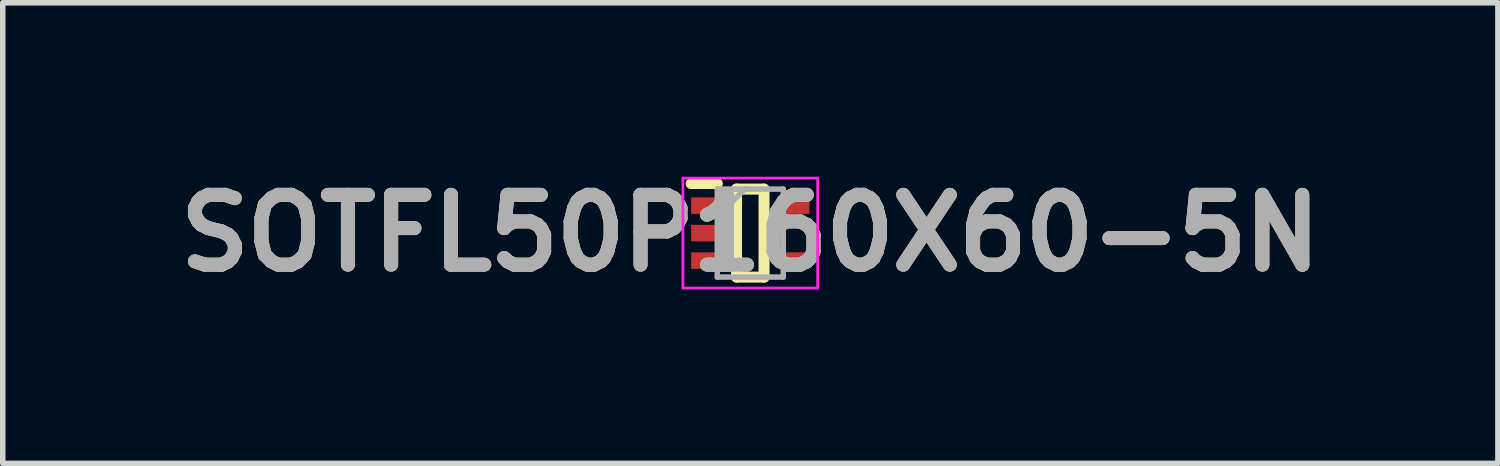
<source format=kicad_pcb>
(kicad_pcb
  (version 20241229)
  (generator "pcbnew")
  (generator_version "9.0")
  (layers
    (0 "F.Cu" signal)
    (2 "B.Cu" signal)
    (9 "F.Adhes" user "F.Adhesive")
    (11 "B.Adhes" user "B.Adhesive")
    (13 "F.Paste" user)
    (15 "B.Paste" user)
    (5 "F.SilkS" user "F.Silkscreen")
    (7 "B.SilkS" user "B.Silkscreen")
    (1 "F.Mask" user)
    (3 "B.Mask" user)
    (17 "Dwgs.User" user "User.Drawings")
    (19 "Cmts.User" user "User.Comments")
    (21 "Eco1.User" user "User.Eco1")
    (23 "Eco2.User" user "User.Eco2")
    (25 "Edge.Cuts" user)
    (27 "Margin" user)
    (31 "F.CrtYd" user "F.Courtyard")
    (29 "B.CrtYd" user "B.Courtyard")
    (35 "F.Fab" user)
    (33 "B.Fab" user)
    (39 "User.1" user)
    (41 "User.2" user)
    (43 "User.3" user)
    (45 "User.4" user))
  (footprint "SOTFL50P160X60-5N"
    (layer "F.Cu")
    (at 10.595 1.189)
    (property "Reference" "SOTFL50P160X60-5N" (at 0 0 0) (layer "F.SilkS") (effects (font (size 1.27 1.27) (thickness 0.254))))
    (attr smd)
    (fp_line (start -1.075 -0.9) (end -0.6 -0.9) (stroke (width 0.2) (type solid)) (layer "F.SilkS"))
    (fp_line (start -0.25 -0.8) (end 0.25 -0.8) (stroke (width 0.2) (type solid)) (layer "F.SilkS"))
    (fp_line (start -0.25 0.8) (end -0.25 -0.8) (stroke (width 0.2) (type solid)) (layer "F.SilkS"))
    (fp_line (start 0.25 -0.8) (end 0.25 0.8) (stroke (width 0.2) (type solid)) (layer "F.SilkS"))
    (fp_line (start 0.25 0.8) (end -0.25 0.8) (stroke (width 0.2) (type solid)) (layer "F.SilkS"))
    (fp_line (start -1.225 -1) (end 1.225 -1) (stroke (width 0.05) (type solid)) (layer "F.CrtYd"))
    (fp_line (start -1.225 1) (end -1.225 -1) (stroke (width 0.05) (type solid)) (layer "F.CrtYd"))
    (fp_line (start 1.225 -1) (end 1.225 1) (stroke (width 0.05) (type solid)) (layer "F.CrtYd"))
    (fp_line (start 1.225 1) (end -1.225 1) (stroke (width 0.05) (type solid)) (layer "F.CrtYd"))
    (fp_line (start -0.6 -0.8) (end 0.6 -0.8) (stroke (width 0.1) (type solid)) (layer "F.Fab"))
    (fp_line (start -0.6 -0.3) (end -0.1 -0.8) (stroke (width 0.1) (type solid)) (layer "F.Fab"))
    (fp_line (start -0.6 0.8) (end -0.6 -0.8) (stroke (width 0.1) (type solid)) (layer "F.Fab"))
    (fp_line (start 0.6 -0.8) (end 0.6 0.8) (stroke (width 0.1) (type solid)) (layer "F.Fab"))
    (fp_line (start 0.6 0.8) (end -0.6 0.8) (stroke (width 0.1) (type solid)) (layer "F.Fab"))
    (fp_text user "${REFERENCE}" (at 0 0 0) (layer "F.Fab") (effects (font (size 1.27 1.27) (thickness 0.254))))
    (pad "1" smd rect (at -0.838 -0.5 90) (size 0.3 0.475) (layers "F.Cu" "F.Mask" "F.Paste"))
    (pad "2" smd rect (at -0.838 0 90) (size 0.3 0.475) (layers "F.Cu" "F.Mask" "F.Paste"))
    (pad "3" smd rect (at -0.838 0.5 90) (size 0.3 0.475) (layers "F.Cu" "F.Mask" "F.Paste"))
    (pad "4" smd rect (at 0.838 0.5 90) (size 0.3 0.475) (layers "F.Cu" "F.Mask" "F.Paste"))
    (pad "5" smd rect (at 0.838 -0.5 90) (size 0.3 0.475) (layers "F.Cu" "F.Mask" "F.Paste")))
  (gr_rect
    (start -3 -3)
    (end 24.191 5.377)
    (stroke (width 0.1) (type default))
    (fill no)
    (layer "Edge.Cuts")))
</source>
